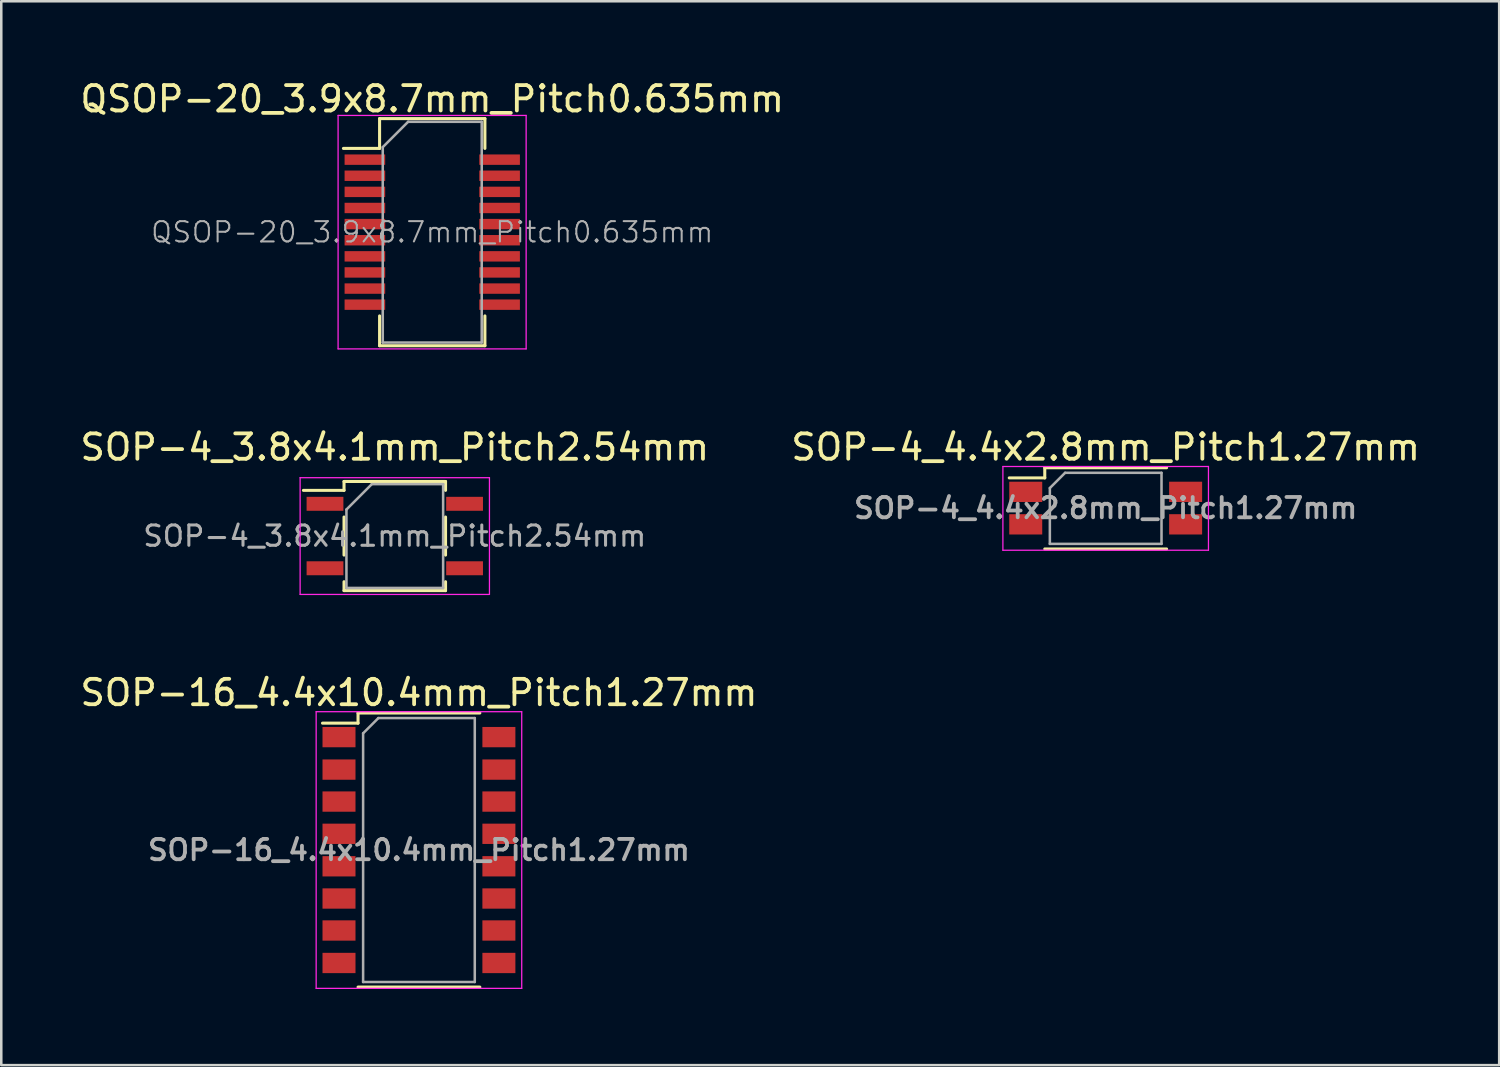
<source format=kicad_pcb>
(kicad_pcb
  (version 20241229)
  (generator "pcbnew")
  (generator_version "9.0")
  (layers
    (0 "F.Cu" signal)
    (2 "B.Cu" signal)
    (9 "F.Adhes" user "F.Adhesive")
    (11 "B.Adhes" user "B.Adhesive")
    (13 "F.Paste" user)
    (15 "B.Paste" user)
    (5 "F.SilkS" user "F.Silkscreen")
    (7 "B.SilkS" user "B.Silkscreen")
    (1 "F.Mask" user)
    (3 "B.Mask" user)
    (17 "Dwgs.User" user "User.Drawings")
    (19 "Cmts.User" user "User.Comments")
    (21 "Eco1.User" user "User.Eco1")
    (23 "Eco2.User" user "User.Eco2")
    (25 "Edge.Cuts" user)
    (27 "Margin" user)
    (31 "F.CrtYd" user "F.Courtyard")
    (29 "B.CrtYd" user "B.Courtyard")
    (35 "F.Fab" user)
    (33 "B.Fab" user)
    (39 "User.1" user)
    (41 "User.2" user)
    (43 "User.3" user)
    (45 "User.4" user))
  (footprint "SOP-4_4.4x2.8mm_Pitch1.27mm"
    (layer "F.Cu")
    (at 40.518 16.971)
    (property "Reference" "SOP-4_4.4x2.8mm_Pitch1.27mm" (at 0 -2.4 0) (layer "F.SilkS") (effects (font (size 1 1) (thickness 0.15))))
    (attr smd)
    (fp_line (start -2.4 -1.59) (end -2.4 -1.19) (stroke (width 0.12) (type solid)) (layer "F.SilkS"))
    (fp_line (start -2.4 -1.59) (end 2.4 -1.59) (stroke (width 0.12) (type solid)) (layer "F.SilkS"))
    (fp_line (start -2.4 -1.19) (end -3.8 -1.19) (stroke (width 0.12) (type solid)) (layer "F.SilkS"))
    (fp_line (start -2.4 1.61) (end 2.4 1.61) (stroke (width 0.12) (type solid)) (layer "F.SilkS"))
    (fp_line (start -4.05 -1.64) (end -4.05 1.66) (stroke (width 0.05) (type solid)) (layer "F.CrtYd"))
    (fp_line (start -4.05 -1.64) (end 4.05 -1.64) (stroke (width 0.05) (type solid)) (layer "F.CrtYd"))
    (fp_line (start 4.05 1.66) (end -4.05 1.66) (stroke (width 0.05) (type solid)) (layer "F.CrtYd"))
    (fp_line (start 4.05 1.66) (end 4.05 -1.64) (stroke (width 0.05) (type solid)) (layer "F.CrtYd"))
    (fp_line (start -2.2 -0.79) (end -1.6 -1.39) (stroke (width 0.1) (type solid)) (layer "F.Fab"))
    (fp_line (start -2.2 1.41) (end -2.2 -0.79) (stroke (width 0.1) (type solid)) (layer "F.Fab"))
    (fp_line (start -1.6 -1.39) (end 2.2 -1.39) (stroke (width 0.1) (type solid)) (layer "F.Fab"))
    (fp_line (start 2.2 -1.39) (end 2.2 1.41) (stroke (width 0.1) (type solid)) (layer "F.Fab"))
    (fp_line (start 2.2 1.41) (end -2.2 1.41) (stroke (width 0.1) (type solid)) (layer "F.Fab"))
    (fp_text user "${REFERENCE}" (at 0 0 0) (layer "F.Fab") (effects (font (size 0.8 0.8) (thickness 0.15))))
    (pad "1" smd rect (at -3.15 -0.64) (size 1.3 0.8) (layers "F.Cu" "F.Mask" "F.Paste"))
    (pad "2" smd rect (at -3.15 0.64) (size 1.3 0.8) (layers "F.Cu" "F.Mask" "F.Paste"))
    (pad "3" smd rect (at 3.15 0.64) (size 1.3 0.8) (layers "F.Cu" "F.Mask" "F.Paste"))
    (pad "4" smd rect (at 3.15 -0.64) (size 1.3 0.8) (layers "F.Cu" "F.Mask" "F.Paste")))
  (footprint "SOP-4_3.8x4.1mm_Pitch2.54mm"
    (layer "F.Cu")
    (at 12.506 18.072)
    (property "Reference" "SOP-4_3.8x4.1mm_Pitch2.54mm" (at 0 -3.5 0) (layer "F.SilkS") (effects (font (size 1 1) (thickness 0.15))))
    (attr smd)
    (fp_line (start -2 -2.15) (end 2 -2.15) (stroke (width 0.12) (type solid)) (layer "F.SilkS"))
    (fp_line (start -2 -1.8) (end -3.6 -1.8) (stroke (width 0.12) (type solid)) (layer "F.SilkS"))
    (fp_line (start -2 -1.8) (end -2 -2.15) (stroke (width 0.12) (type solid)) (layer "F.SilkS"))
    (fp_line (start -2 0.75) (end -2 -0.75) (stroke (width 0.12) (type solid)) (layer "F.SilkS"))
    (fp_line (start -2 1.8) (end -2 2.15) (stroke (width 0.12) (type solid)) (layer "F.SilkS"))
    (fp_line (start -2 2.15) (end 2 2.15) (stroke (width 0.12) (type solid)) (layer "F.SilkS"))
    (fp_line (start 2 -2.15) (end 2 -1.8) (stroke (width 0.12) (type solid)) (layer "F.SilkS"))
    (fp_line (start 2 0.75) (end 2 -0.75) (stroke (width 0.12) (type solid)) (layer "F.SilkS"))
    (fp_line (start 2 2.15) (end 2 1.8) (stroke (width 0.12) (type solid)) (layer "F.SilkS"))
    (fp_line (start -3.73 -2.3) (end 3.73 -2.3) (stroke (width 0.05) (type solid)) (layer "F.CrtYd"))
    (fp_line (start -3.73 2.3) (end -3.73 -2.3) (stroke (width 0.05) (type solid)) (layer "F.CrtYd"))
    (fp_line (start 3.73 -2.3) (end 3.73 2.3) (stroke (width 0.05) (type solid)) (layer "F.CrtYd"))
    (fp_line (start 3.73 2.3) (end -3.73 2.3) (stroke (width 0.05) (type solid)) (layer "F.CrtYd"))
    (fp_line (start -1.905 -1.044) (end -0.905 -2.045) (stroke (width 0.1) (type solid)) (layer "F.Fab"))
    (fp_line (start -1.905 2.045) (end -1.905 -1.044) (stroke (width 0.1) (type solid)) (layer "F.Fab"))
    (fp_line (start -1.905 2.045) (end 1.905 2.045) (stroke (width 0.1) (type solid)) (layer "F.Fab"))
    (fp_line (start -0.905 -2.045) (end 1.905 -2.045) (stroke (width 0.1) (type solid)) (layer "F.Fab"))
    (fp_line (start 1.905 2.045) (end 1.905 -2.045) (stroke (width 0.1) (type solid)) (layer "F.Fab"))
    (fp_text user "${REFERENCE}" (at 0 0 0) (layer "F.Fab") (effects (font (size 0.8 0.8) (thickness 0.12))))
    (pad "1" smd rect (at -2.75 -1.27) (size 1.45 0.55) (layers "F.Cu" "F.Mask" "F.Paste"))
    (pad "2" smd rect (at -2.75 1.27) (size 1.45 0.55) (layers "F.Cu" "F.Mask" "F.Paste"))
    (pad "3" smd rect (at 2.75 1.27) (size 1.45 0.55) (layers "F.Cu" "F.Mask" "F.Paste"))
    (pad "4" smd rect (at 2.75 -1.27) (size 1.45 0.55) (layers "F.Cu" "F.Mask" "F.Paste")))
  (footprint "SOP-16_4.4x10.4mm_Pitch1.27mm"
    (layer "F.Cu")
    (at 13.458 30.445)
    (property "Reference" "SOP-16_4.4x10.4mm_Pitch1.27mm" (at 0 -6.2 0) (layer "F.SilkS") (effects (font (size 1 1) (thickness 0.15))))
    (attr smd)
    (fp_line (start -2.4 -5.4) (end -2.4 -5) (stroke (width 0.12) (type solid)) (layer "F.SilkS"))
    (fp_line (start -2.4 -5.4) (end 2.4 -5.4) (stroke (width 0.12) (type solid)) (layer "F.SilkS"))
    (fp_line (start -2.4 -5) (end -3.8 -5) (stroke (width 0.12) (type solid)) (layer "F.SilkS"))
    (fp_line (start -2.4 5.4) (end 2.4 5.4) (stroke (width 0.12) (type solid)) (layer "F.SilkS"))
    (fp_line (start -4.05 -5.45) (end -4.05 5.45) (stroke (width 0.05) (type solid)) (layer "F.CrtYd"))
    (fp_line (start -4.05 -5.45) (end 4.05 -5.45) (stroke (width 0.05) (type solid)) (layer "F.CrtYd"))
    (fp_line (start 4.05 5.45) (end -4.05 5.45) (stroke (width 0.05) (type solid)) (layer "F.CrtYd"))
    (fp_line (start 4.05 5.45) (end 4.05 -5.45) (stroke (width 0.05) (type solid)) (layer "F.CrtYd"))
    (fp_line (start -2.2 -4.6) (end -1.6 -5.2) (stroke (width 0.1) (type solid)) (layer "F.Fab"))
    (fp_line (start -2.2 5.2) (end -2.2 -4.6) (stroke (width 0.1) (type solid)) (layer "F.Fab"))
    (fp_line (start -1.6 -5.2) (end 2.2 -5.2) (stroke (width 0.1) (type solid)) (layer "F.Fab"))
    (fp_line (start 2.2 -5.2) (end 2.2 5.2) (stroke (width 0.1) (type solid)) (layer "F.Fab"))
    (fp_line (start 2.2 5.2) (end -2.2 5.2) (stroke (width 0.1) (type solid)) (layer "F.Fab"))
    (fp_text user "${REFERENCE}" (at 0 0 0) (layer "F.Fab") (effects (font (size 0.8 0.8) (thickness 0.15))))
    (pad "1" smd rect (at -3.15 -4.45) (size 1.3 0.8) (layers "F.Cu" "F.Mask" "F.Paste"))
    (pad "2" smd rect (at -3.15 -3.17) (size 1.3 0.8) (layers "F.Cu" "F.Mask" "F.Paste"))
    (pad "3" smd rect (at -3.15 -1.91) (size 1.3 0.8) (layers "F.Cu" "F.Mask" "F.Paste"))
    (pad "4" smd rect (at -3.15 -0.64) (size 1.3 0.8) (layers "F.Cu" "F.Mask" "F.Paste"))
    (pad "5" smd rect (at -3.15 0.64) (size 1.3 0.8) (layers "F.Cu" "F.Mask" "F.Paste"))
    (pad "6" smd rect (at -3.15 1.91) (size 1.3 0.8) (layers "F.Cu" "F.Mask" "F.Paste"))
    (pad "7" smd rect (at -3.15 3.17) (size 1.3 0.8) (layers "F.Cu" "F.Mask" "F.Paste"))
    (pad "8" smd rect (at -3.15 4.45) (size 1.3 0.8) (layers "F.Cu" "F.Mask" "F.Paste"))
    (pad "9" smd rect (at 3.15 4.45) (size 1.3 0.8) (layers "F.Cu" "F.Mask" "F.Paste"))
    (pad "10" smd rect (at 3.15 3.17) (size 1.3 0.8) (layers "F.Cu" "F.Mask" "F.Paste"))
    (pad "11" smd rect (at 3.15 1.91) (size 1.3 0.8) (layers "F.Cu" "F.Mask" "F.Paste"))
    (pad "12" smd rect (at 3.15 0.64) (size 1.3 0.8) (layers "F.Cu" "F.Mask" "F.Paste"))
    (pad "13" smd rect (at 3.15 -0.64) (size 1.3 0.8) (layers "F.Cu" "F.Mask" "F.Paste"))
    (pad "14" smd rect (at 3.15 -1.91) (size 1.3 0.8) (layers "F.Cu" "F.Mask" "F.Paste"))
    (pad "15" smd rect (at 3.15 -3.17) (size 1.3 0.8) (layers "F.Cu" "F.Mask" "F.Paste"))
    (pad "16" smd rect (at 3.15 -4.45) (size 1.3 0.8) (layers "F.Cu" "F.Mask" "F.Paste")))
  (footprint "QSOP-20_3.9x8.7mm_Pitch0.635mm"
    (layer "F.Cu")
    (at 13.982 6.098)
    (property "Reference" "QSOP-20_3.9x8.7mm_Pitch0.635mm" (at 0 -5.25 0) (layer "F.SilkS") (effects (font (size 1 1) (thickness 0.15))))
    (attr smd)
    (fp_line (start -3.5 -3.3) (end -2.075 -3.3) (stroke (width 0.12) (type solid)) (layer "F.SilkS"))
    (fp_line (start -2.075 -4.475) (end 2.075 -4.475) (stroke (width 0.12) (type solid)) (layer "F.SilkS"))
    (fp_line (start -2.075 -3.3) (end -2.075 -4.475) (stroke (width 0.12) (type solid)) (layer "F.SilkS"))
    (fp_line (start -2.075 3.3) (end -2.075 4.475) (stroke (width 0.12) (type solid)) (layer "F.SilkS"))
    (fp_line (start -2.075 4.475) (end 2.075 4.475) (stroke (width 0.12) (type solid)) (layer "F.SilkS"))
    (fp_line (start 2.075 -3.3) (end 2.075 -4.475) (stroke (width 0.12) (type solid)) (layer "F.SilkS"))
    (fp_line (start 2.075 3.3) (end 2.075 4.475) (stroke (width 0.12) (type solid)) (layer "F.SilkS"))
    (fp_line (start -3.71 -4.6) (end -3.71 4.6) (stroke (width 0.05) (type solid)) (layer "F.CrtYd"))
    (fp_line (start -3.71 -4.6) (end 3.7 -4.6) (stroke (width 0.05) (type solid)) (layer "F.CrtYd"))
    (fp_line (start -3.71 4.6) (end 3.7 4.6) (stroke (width 0.05) (type solid)) (layer "F.CrtYd"))
    (fp_line (start 3.7 -4.6) (end 3.7 4.6) (stroke (width 0.05) (type solid)) (layer "F.CrtYd"))
    (fp_line (start -1.95 -3.35) (end -0.95 -4.35) (stroke (width 0.1) (type solid)) (layer "F.Fab"))
    (fp_line (start -1.95 4.35) (end -1.95 -3.35) (stroke (width 0.1) (type solid)) (layer "F.Fab"))
    (fp_line (start -0.95 -4.35) (end 1.95 -4.35) (stroke (width 0.1) (type solid)) (layer "F.Fab"))
    (fp_line (start 1.95 -4.35) (end 1.95 4.35) (stroke (width 0.1) (type solid)) (layer "F.Fab"))
    (fp_line (start 1.95 4.35) (end -1.95 4.35) (stroke (width 0.1) (type solid)) (layer "F.Fab"))
    (fp_text user "${REFERENCE}" (at 0 0 0) (layer "F.Fab") (effects (font (size 0.8 0.8) (thickness 0.08))))
    (pad "1" smd rect (at -2.654 -2.857) (size 1.6 0.41) (layers "F.Cu" "F.Mask" "F.Paste"))
    (pad "2" smd rect (at -2.654 -2.223) (size 1.6 0.41) (layers "F.Cu" "F.Mask" "F.Paste"))
    (pad "3" smd rect (at -2.654 -1.587) (size 1.6 0.41) (layers "F.Cu" "F.Mask" "F.Paste"))
    (pad "4" smd rect (at -2.654 -0.953) (size 1.6 0.41) (layers "F.Cu" "F.Mask" "F.Paste"))
    (pad "5" smd rect (at -2.654 -0.318) (size 1.6 0.41) (layers "F.Cu" "F.Mask" "F.Paste"))
    (pad "6" smd rect (at -2.654 0.318) (size 1.6 0.41) (layers "F.Cu" "F.Mask" "F.Paste"))
    (pad "7" smd rect (at -2.654 0.953) (size 1.6 0.41) (layers "F.Cu" "F.Mask" "F.Paste"))
    (pad "8" smd rect (at -2.654 1.587) (size 1.6 0.41) (layers "F.Cu" "F.Mask" "F.Paste"))
    (pad "9" smd rect (at -2.654 2.223) (size 1.6 0.41) (layers "F.Cu" "F.Mask" "F.Paste"))
    (pad "10" smd rect (at -2.654 2.857) (size 1.6 0.41) (layers "F.Cu" "F.Mask" "F.Paste"))
    (pad "11" smd rect (at 2.654 2.857) (size 1.6 0.41) (layers "F.Cu" "F.Mask" "F.Paste"))
    (pad "12" smd rect (at 2.654 2.223) (size 1.6 0.41) (layers "F.Cu" "F.Mask" "F.Paste"))
    (pad "13" smd rect (at 2.654 1.587) (size 1.6 0.41) (layers "F.Cu" "F.Mask" "F.Paste"))
    (pad "14" smd rect (at 2.654 0.953) (size 1.6 0.41) (layers "F.Cu" "F.Mask" "F.Paste"))
    (pad "15" smd rect (at 2.654 0.318) (size 1.6 0.41) (layers "F.Cu" "F.Mask" "F.Paste"))
    (pad "16" smd rect (at 2.654 -0.318) (size 1.6 0.41) (layers "F.Cu" "F.Mask" "F.Paste"))
    (pad "17" smd rect (at 2.654 -0.953) (size 1.6 0.41) (layers "F.Cu" "F.Mask" "F.Paste"))
    (pad "18" smd rect (at 2.654 -1.587) (size 1.6 0.41) (layers "F.Cu" "F.Mask" "F.Paste"))
    (pad "19" smd rect (at 2.654 -2.223) (size 1.6 0.41) (layers "F.Cu" "F.Mask" "F.Paste"))
    (pad "20" smd rect (at 2.654 -2.857) (size 1.6 0.41) (layers "F.Cu" "F.Mask" "F.Paste")))
  (gr_rect
    (start -3 -3)
    (end 56.024 38.92)
    (stroke (width 0.1) (type default))
    (fill no)
    (layer "Edge.Cuts")))
</source>
